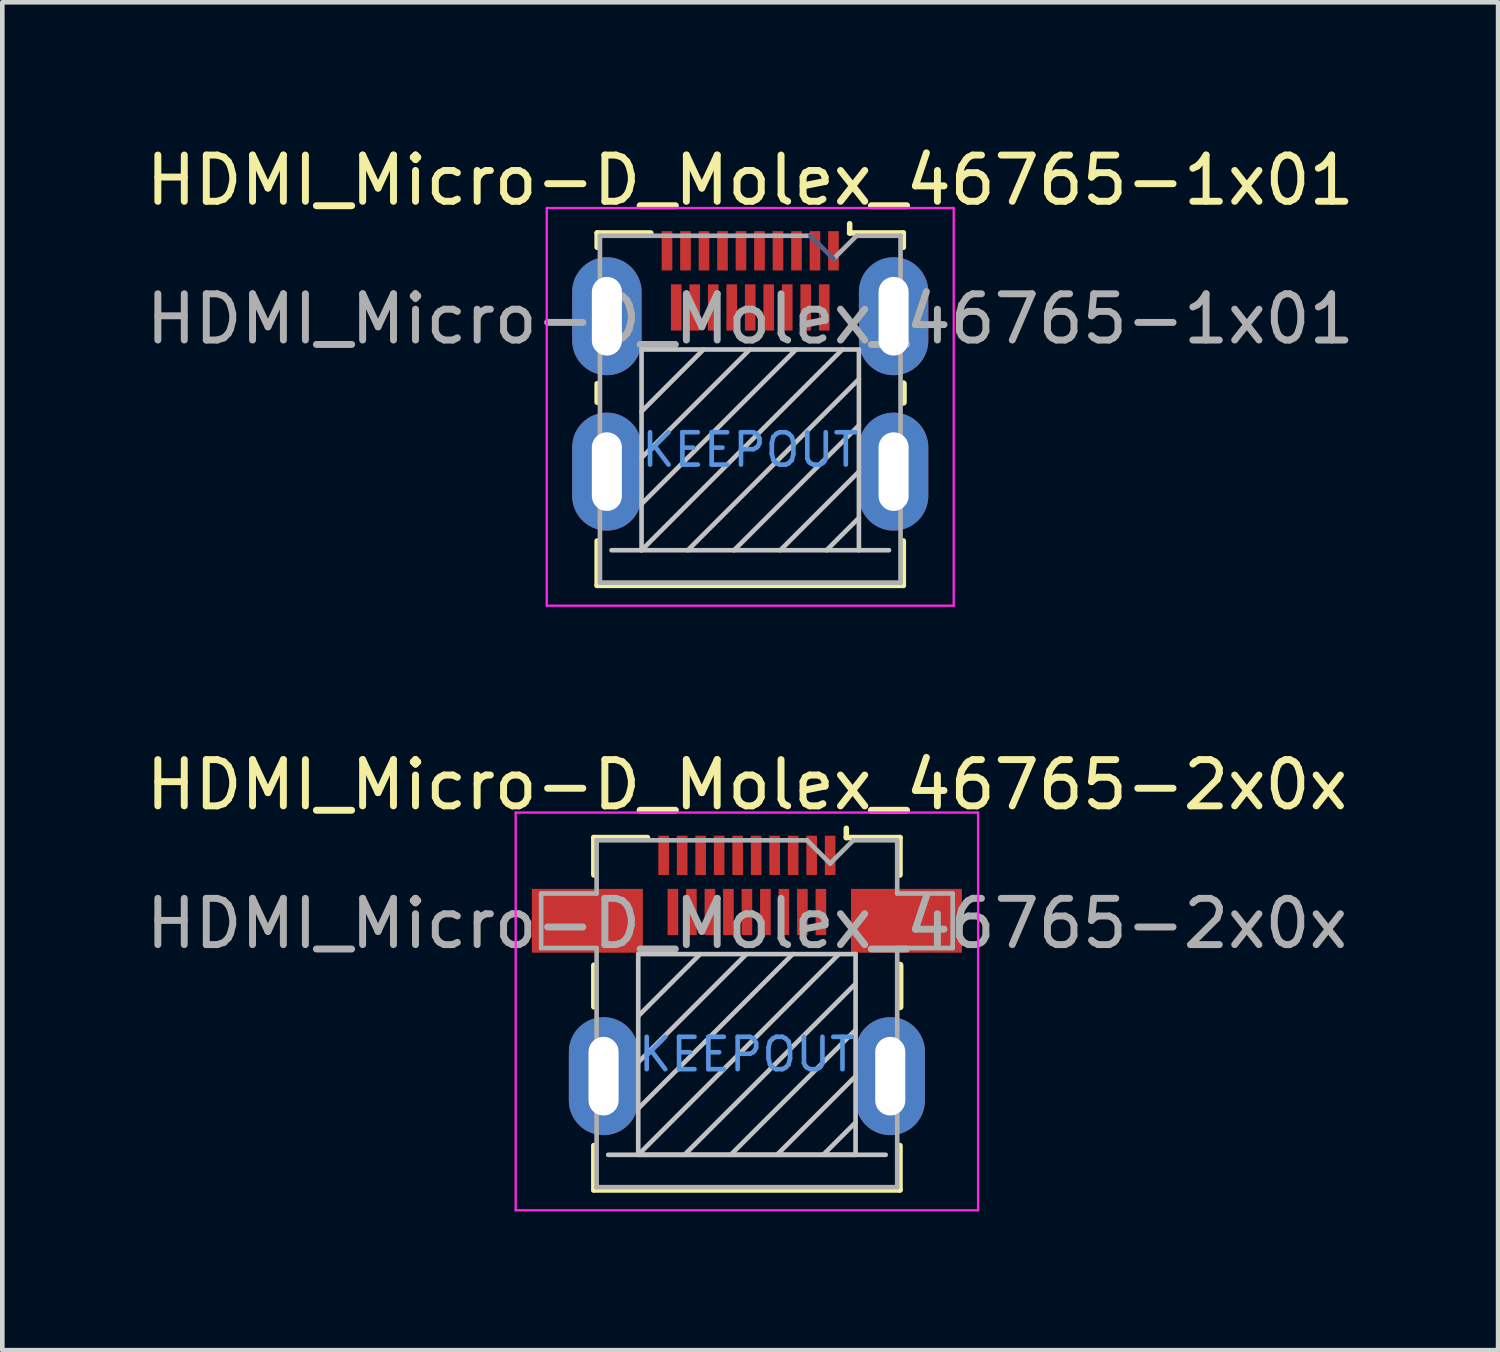
<source format=kicad_pcb>
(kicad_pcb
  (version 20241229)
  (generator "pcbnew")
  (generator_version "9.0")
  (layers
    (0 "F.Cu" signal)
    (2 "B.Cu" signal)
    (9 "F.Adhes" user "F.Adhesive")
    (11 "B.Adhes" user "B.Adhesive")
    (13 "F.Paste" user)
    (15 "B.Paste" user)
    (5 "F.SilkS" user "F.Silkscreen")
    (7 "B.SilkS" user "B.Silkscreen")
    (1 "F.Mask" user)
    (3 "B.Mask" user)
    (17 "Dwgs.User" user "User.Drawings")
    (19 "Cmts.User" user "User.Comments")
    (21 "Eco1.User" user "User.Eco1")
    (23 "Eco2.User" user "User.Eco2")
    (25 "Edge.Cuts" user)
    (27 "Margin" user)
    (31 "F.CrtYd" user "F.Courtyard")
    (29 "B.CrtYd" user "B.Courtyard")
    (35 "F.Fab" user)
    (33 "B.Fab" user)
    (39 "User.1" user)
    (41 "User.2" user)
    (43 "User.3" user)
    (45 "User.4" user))
  (footprint "HDMI_Micro-D_Molex_46765-1x01"
    (layer "F.Cu")
    (at 13.173 7.148)
    (property "Reference" "HDMI_Micro-D_Molex_46765-1x01" (at 0 -6.3 0) (layer "F.SilkS") (effects (font (size 1 1) (thickness 0.15))))
    (attr smd)
    (fp_line (start -3.31 -5.16) (end -2.15 -5.16) (stroke (width 0.12) (type solid)) (layer "F.SilkS"))
    (fp_line (start -3.31 -4.85) (end -3.31 -5.16) (stroke (width 0.12) (type solid)) (layer "F.SilkS"))
    (fp_line (start -3.31 -1.5) (end -3.31 -1.9) (stroke (width 0.12) (type solid)) (layer "F.SilkS"))
    (fp_line (start -3.31 2.46) (end -3.31 1.5) (stroke (width 0.12) (type solid)) (layer "F.SilkS"))
    (fp_line (start -3.31 2.46) (end 3.31 2.46) (stroke (width 0.12) (type solid)) (layer "F.SilkS"))
    (fp_line (start 2.15 -5.16) (end 2.15 -5.36) (stroke (width 0.12) (type solid)) (layer "F.SilkS"))
    (fp_line (start 2.15 -5.16) (end 3.31 -5.16) (stroke (width 0.12) (type solid)) (layer "F.SilkS"))
    (fp_line (start 3.31 -5.16) (end 3.31 -4.85) (stroke (width 0.12) (type solid)) (layer "F.SilkS"))
    (fp_line (start 3.31 -1.9) (end 3.31 -1.5) (stroke (width 0.15) (type solid)) (layer "F.SilkS"))
    (fp_line (start 3.31 1.5) (end 3.31 2.46) (stroke (width 0.12) (type solid)) (layer "F.SilkS"))
    (fp_line (start -3 1.7) (end 3 1.7) (stroke (width 0.1) (type solid)) (layer "Dwgs.User"))
    (fp_line (start -2.35 -2.64) (end 2.35 -2.64) (stroke (width 0.1) (type solid)) (layer "Dwgs.User"))
    (fp_line (start -2.35 -1.3) (end -1.01 -2.64) (stroke (width 0.1) (type solid)) (layer "Dwgs.User"))
    (fp_line (start -2.35 -0.3) (end -0.01 -2.64) (stroke (width 0.1) (type solid)) (layer "Dwgs.User"))
    (fp_line (start -2.35 0.7) (end 0.99 -2.64) (stroke (width 0.1) (type solid)) (layer "Dwgs.User"))
    (fp_line (start -2.35 1.7) (end -2.35 -2.64) (stroke (width 0.1) (type solid)) (layer "Dwgs.User"))
    (fp_line (start -2.35 1.7) (end 1.99 -2.64) (stroke (width 0.1) (type solid)) (layer "Dwgs.User"))
    (fp_line (start -1.35 1.7) (end 2.35 -2) (stroke (width 0.1) (type solid)) (layer "Dwgs.User"))
    (fp_line (start -0.35 1.7) (end 2.35 -1) (stroke (width 0.1) (type solid)) (layer "Dwgs.User"))
    (fp_line (start 0.65 1.7) (end 2.35 0) (stroke (width 0.1) (type solid)) (layer "Dwgs.User"))
    (fp_line (start 1.65 1.7) (end 2.35 1) (stroke (width 0.1) (type solid)) (layer "Dwgs.User"))
    (fp_line (start 2.35 -2.64) (end 2.35 1.7) (stroke (width 0.1) (type solid)) (layer "Dwgs.User"))
    (fp_line (start -4.4 -5.7) (end -4.4 2.9) (stroke (width 0.05) (type solid)) (layer "F.CrtYd"))
    (fp_line (start -4.4 2.9) (end 4.4 2.9) (stroke (width 0.05) (type solid)) (layer "F.CrtYd"))
    (fp_line (start 4.4 -5.7) (end -4.4 -5.7) (stroke (width 0.05) (type solid)) (layer "F.CrtYd"))
    (fp_line (start 4.4 2.9) (end 4.4 -5.7) (stroke (width 0.05) (type solid)) (layer "F.CrtYd"))
    (fp_line (start 1.8 -4.6) (end 1.3 -5.1) (stroke (width 0.1) (type solid)) (layer "B.Fab"))
    (fp_line (start -3.25 -5.1) (end 1.3 -5.1) (stroke (width 0.1) (type solid)) (layer "F.Fab"))
    (fp_line (start -3.25 2.4) (end -3.25 -5.1) (stroke (width 0.1) (type solid)) (layer "F.Fab"))
    (fp_line (start 1.8 -4.6) (end 2.3 -5.1) (stroke (width 0.1) (type solid)) (layer "F.Fab"))
    (fp_line (start 2.3 -5.1) (end 3.25 -5.1) (stroke (width 0.1) (type solid)) (layer "F.Fab"))
    (fp_line (start 3.25 -5.1) (end 3.25 2.4) (stroke (width 0.1) (type solid)) (layer "F.Fab"))
    (fp_line (start 3.25 2.4) (end -3.25 2.4) (stroke (width 0.1) (type solid)) (layer "F.Fab"))
    (fp_text user "KEEPOUT" (at 0 -0.47 0) (layer "Cmts.User") (effects (font (size 0.7 0.7) (thickness 0.1))))
    (fp_text user "${REFERENCE}" (at 0 -3.3 0) (layer "F.Fab") (effects (font (size 1 1) (thickness 0.15))))
    (pad "1" smd rect (at 1.8 -4.775) (size 0.23 0.85) (layers "F.Cu" "F.Mask" "F.Paste"))
    (pad "2" smd rect (at 1.6 -3.55) (size 0.23 1) (layers "F.Cu" "F.Mask" "F.Paste"))
    (pad "3" smd rect (at 1.4 -4.775) (size 0.23 0.85) (layers "F.Cu" "F.Mask" "F.Paste"))
    (pad "4" smd rect (at 1.2 -3.55) (size 0.23 1) (layers "F.Cu" "F.Mask" "F.Paste"))
    (pad "5" smd rect (at 1 -4.775) (size 0.23 0.85) (layers "F.Cu" "F.Mask" "F.Paste"))
    (pad "6" smd rect (at 0.8 -3.55) (size 0.23 1) (layers "F.Cu" "F.Mask" "F.Paste"))
    (pad "7" smd rect (at 0.6 -4.775) (size 0.23 0.85) (layers "F.Cu" "F.Mask" "F.Paste"))
    (pad "8" smd rect (at 0.4 -3.55) (size 0.23 1) (layers "F.Cu" "F.Mask" "F.Paste"))
    (pad "9" smd rect (at 0.2 -4.775) (size 0.23 0.85) (layers "F.Cu" "F.Mask" "F.Paste"))
    (pad "10" smd rect (at 0 -3.55) (size 0.23 1) (layers "F.Cu" "F.Mask" "F.Paste"))
    (pad "11" smd rect (at -0.2 -4.775) (size 0.23 0.85) (layers "F.Cu" "F.Mask" "F.Paste"))
    (pad "12" smd rect (at -0.4 -3.55) (size 0.23 1) (layers "F.Cu" "F.Mask" "F.Paste"))
    (pad "13" smd rect (at -0.6 -4.775) (size 0.23 0.85) (layers "F.Cu" "F.Mask" "F.Paste"))
    (pad "14" smd rect (at -0.8 -3.55) (size 0.23 1) (layers "F.Cu" "F.Mask" "F.Paste"))
    (pad "15" smd rect (at -1 -4.775) (size 0.23 0.85) (layers "F.Cu" "F.Mask" "F.Paste"))
    (pad "16" smd rect (at -1.2 -3.55) (size 0.23 1) (layers "F.Cu" "F.Mask" "F.Paste"))
    (pad "17" smd rect (at -1.4 -4.775) (size 0.23 0.85) (layers "F.Cu" "F.Mask" "F.Paste"))
    (pad "18" smd rect (at -1.6 -3.55) (size 0.23 1) (layers "F.Cu" "F.Mask" "F.Paste"))
    (pad "19" smd rect (at -1.8 -4.775) (size 0.23 0.85) (layers "F.Cu" "F.Mask" "F.Paste"))
    (pad "20" thru_hole oval (at -3.1 -3.36) (size 1.5 2.55) (drill oval 0.65 1.7) (layers "*.Cu" "*.Mask"))
    (pad "20" thru_hole oval (at -3.1 0) (size 1.5 2.55) (drill oval 0.65 1.7) (layers "*.Cu" "*.Mask"))
    (pad "20" thru_hole oval (at 3.1 -3.36) (size 1.5 2.55) (drill oval 0.65 1.7) (layers "*.Cu" "*.Mask"))
    (pad "20" thru_hole oval (at 3.1 0) (size 1.5 2.55) (drill oval 0.65 1.7) (layers "*.Cu" "*.Mask")))
  (footprint "HDMI_Micro-D_Molex_46765-2x0x"
    (layer "F.Cu")
    (at 13.101 20.221)
    (property "Reference" "HDMI_Micro-D_Molex_46765-2x0x" (at 0 -6.3 0) (layer "F.SilkS") (effects (font (size 1 1) (thickness 0.15))))
    (attr smd)
    (fp_line (start -3.31 -5.16) (end -2.15 -5.16) (stroke (width 0.12) (type solid)) (layer "F.SilkS"))
    (fp_line (start -3.31 -4.35) (end -3.31 -5.16) (stroke (width 0.12) (type solid)) (layer "F.SilkS"))
    (fp_line (start -3.31 -1.5) (end -3.31 -2.4) (stroke (width 0.12) (type solid)) (layer "F.SilkS"))
    (fp_line (start -3.31 2.46) (end -3.31 1.5) (stroke (width 0.12) (type solid)) (layer "F.SilkS"))
    (fp_line (start -3.31 2.46) (end 3.31 2.46) (stroke (width 0.12) (type solid)) (layer "F.SilkS"))
    (fp_line (start 2.15 -5.16) (end 2.15 -5.36) (stroke (width 0.12) (type solid)) (layer "F.SilkS"))
    (fp_line (start 2.15 -5.16) (end 3.31 -5.16) (stroke (width 0.12) (type solid)) (layer "F.SilkS"))
    (fp_line (start 3.31 -5.16) (end 3.31 -4.35) (stroke (width 0.12) (type solid)) (layer "F.SilkS"))
    (fp_line (start 3.31 -2.4) (end 3.31 -1.5) (stroke (width 0.15) (type solid)) (layer "F.SilkS"))
    (fp_line (start 3.31 1.5) (end 3.31 2.46) (stroke (width 0.12) (type solid)) (layer "F.SilkS"))
    (fp_line (start -3 1.7) (end 3 1.7) (stroke (width 0.1) (type solid)) (layer "Dwgs.User"))
    (fp_line (start -2.35 -2.64) (end 2.35 -2.64) (stroke (width 0.1) (type solid)) (layer "Dwgs.User"))
    (fp_line (start -2.35 -1.3) (end -1.01 -2.64) (stroke (width 0.1) (type solid)) (layer "Dwgs.User"))
    (fp_line (start -2.35 -0.3) (end -0.01 -2.64) (stroke (width 0.1) (type solid)) (layer "Dwgs.User"))
    (fp_line (start -2.35 0.7) (end 0.99 -2.64) (stroke (width 0.1) (type solid)) (layer "Dwgs.User"))
    (fp_line (start -2.35 1.7) (end -2.35 -2.64) (stroke (width 0.1) (type solid)) (layer "Dwgs.User"))
    (fp_line (start -2.35 1.7) (end 1.99 -2.64) (stroke (width 0.1) (type solid)) (layer "Dwgs.User"))
    (fp_line (start -1.35 1.7) (end 2.35 -2) (stroke (width 0.1) (type solid)) (layer "Dwgs.User"))
    (fp_line (start -0.35 1.7) (end 2.35 -1) (stroke (width 0.1) (type solid)) (layer "Dwgs.User"))
    (fp_line (start 0.65 1.7) (end 2.35 0) (stroke (width 0.1) (type solid)) (layer "Dwgs.User"))
    (fp_line (start 1.65 1.7) (end 2.35 1) (stroke (width 0.1) (type solid)) (layer "Dwgs.User"))
    (fp_line (start 2.35 -2.64) (end 2.35 1.7) (stroke (width 0.1) (type solid)) (layer "Dwgs.User"))
    (fp_line (start 2.35 1.7) (end -2.35 1.7) (stroke (width 0.1) (type solid)) (layer "Dwgs.User"))
    (fp_line (start -5 -5.7) (end -5 2.9) (stroke (width 0.05) (type solid)) (layer "F.CrtYd"))
    (fp_line (start -5 2.9) (end 5 2.9) (stroke (width 0.05) (type solid)) (layer "F.CrtYd"))
    (fp_line (start 5 -5.7) (end -5 -5.7) (stroke (width 0.05) (type solid)) (layer "F.CrtYd"))
    (fp_line (start 5 2.9) (end 5 -5.7) (stroke (width 0.05) (type solid)) (layer "F.CrtYd"))
    (fp_line (start -4.45 -3.95) (end -3.25 -3.95) (stroke (width 0.1) (type solid)) (layer "F.Fab"))
    (fp_line (start -4.45 -2.77) (end -4.45 -3.95) (stroke (width 0.1) (type solid)) (layer "F.Fab"))
    (fp_line (start -3.25 -5.1) (end 1.3 -5.1) (stroke (width 0.1) (type solid)) (layer "F.Fab"))
    (fp_line (start -3.25 -3.95) (end -3.25 -5.1) (stroke (width 0.1) (type solid)) (layer "F.Fab"))
    (fp_line (start -3.25 -2.77) (end -4.45 -2.77) (stroke (width 0.1) (type solid)) (layer "F.Fab"))
    (fp_line (start -3.25 2.4) (end -3.25 -2.77) (stroke (width 0.1) (type solid)) (layer "F.Fab"))
    (fp_line (start 1.8 -4.6) (end 1.3 -5.1) (stroke (width 0.1) (type solid)) (layer "F.Fab"))
    (fp_line (start 1.8 -4.6) (end 2.3 -5.1) (stroke (width 0.1) (type solid)) (layer "F.Fab"))
    (fp_line (start 2.3 -5.1) (end 3.25 -5.1) (stroke (width 0.1) (type solid)) (layer "F.Fab"))
    (fp_line (start 3.25 -5.1) (end 3.25 -3.95) (stroke (width 0.1) (type solid)) (layer "F.Fab"))
    (fp_line (start 3.25 -3.95) (end 4.45 -3.95) (stroke (width 0.1) (type solid)) (layer "F.Fab"))
    (fp_line (start 3.25 -2.77) (end 3.25 2.4) (stroke (width 0.1) (type solid)) (layer "F.Fab"))
    (fp_line (start 3.25 2.4) (end -3.25 2.4) (stroke (width 0.1) (type solid)) (layer "F.Fab"))
    (fp_line (start 4.45 -3.95) (end 4.45 -2.77) (stroke (width 0.1) (type solid)) (layer "F.Fab"))
    (fp_line (start 4.45 -2.77) (end 3.25 -2.77) (stroke (width 0.1) (type solid)) (layer "F.Fab"))
    (fp_text user "KEEPOUT" (at 0 -0.47 0) (layer "Cmts.User") (effects (font (size 0.7 0.7) (thickness 0.1))))
    (fp_text user "${REFERENCE}" (at 0 -3.3 0) (layer "F.Fab") (effects (font (size 1 1) (thickness 0.15))))
    (pad "1" smd rect (at 1.8 -4.775) (size 0.23 0.85) (layers "F.Cu" "F.Mask" "F.Paste"))
    (pad "2" smd rect (at 1.6 -3.55) (size 0.23 1) (layers "F.Cu" "F.Mask" "F.Paste"))
    (pad "3" smd rect (at 1.4 -4.775) (size 0.23 0.85) (layers "F.Cu" "F.Mask" "F.Paste"))
    (pad "4" smd rect (at 1.2 -3.55) (size 0.23 1) (layers "F.Cu" "F.Mask" "F.Paste"))
    (pad "5" smd rect (at 1 -4.775) (size 0.23 0.85) (layers "F.Cu" "F.Mask" "F.Paste"))
    (pad "6" smd rect (at 0.8 -3.55) (size 0.23 1) (layers "F.Cu" "F.Mask" "F.Paste"))
    (pad "7" smd rect (at 0.6 -4.775) (size 0.23 0.85) (layers "F.Cu" "F.Mask" "F.Paste"))
    (pad "8" smd rect (at 0.4 -3.55) (size 0.23 1) (layers "F.Cu" "F.Mask" "F.Paste"))
    (pad "9" smd rect (at 0.2 -4.775) (size 0.23 0.85) (layers "F.Cu" "F.Mask" "F.Paste"))
    (pad "10" smd rect (at 0 -3.55) (size 0.23 1) (layers "F.Cu" "F.Mask" "F.Paste"))
    (pad "11" smd rect (at -0.2 -4.775) (size 0.23 0.85) (layers "F.Cu" "F.Mask" "F.Paste"))
    (pad "12" smd rect (at -0.4 -3.55) (size 0.23 1) (layers "F.Cu" "F.Mask" "F.Paste"))
    (pad "13" smd rect (at -0.6 -4.775) (size 0.23 0.85) (layers "F.Cu" "F.Mask" "F.Paste"))
    (pad "14" smd rect (at -0.8 -3.55) (size 0.23 1) (layers "F.Cu" "F.Mask" "F.Paste"))
    (pad "15" smd rect (at -1 -4.775) (size 0.23 0.85) (layers "F.Cu" "F.Mask" "F.Paste"))
    (pad "16" smd rect (at -1.2 -3.55) (size 0.23 1) (layers "F.Cu" "F.Mask" "F.Paste"))
    (pad "17" smd rect (at -1.4 -4.775) (size 0.23 0.85) (layers "F.Cu" "F.Mask" "F.Paste"))
    (pad "18" smd rect (at -1.6 -3.55) (size 0.23 1) (layers "F.Cu" "F.Mask" "F.Paste"))
    (pad "19" smd rect (at -1.8 -4.775) (size 0.23 0.85) (layers "F.Cu" "F.Mask" "F.Paste"))
    (pad "20" smd rect (at -3.45 -3.36) (size 2.4 1.38) (layers "F.Cu" "F.Mask" "F.Paste"))
    (pad "20" thru_hole oval (at -3.1 0) (size 1.5 2.55) (drill oval 0.65 1.7) (layers "*.Cu" "*.Mask"))
    (pad "20" thru_hole oval (at 3.1 0) (size 1.5 2.55) (drill oval 0.65 1.7) (layers "*.Cu" "*.Mask"))
    (pad "20" smd rect (at 3.45 -3.36) (size 2.4 1.38) (layers "F.Cu" "F.Mask" "F.Paste")))
  (gr_rect
    (start -3 -3)
    (end 29.345 26.146)
    (stroke (width 0.1) (type default))
    (fill no)
    (layer "Edge.Cuts")))
</source>
